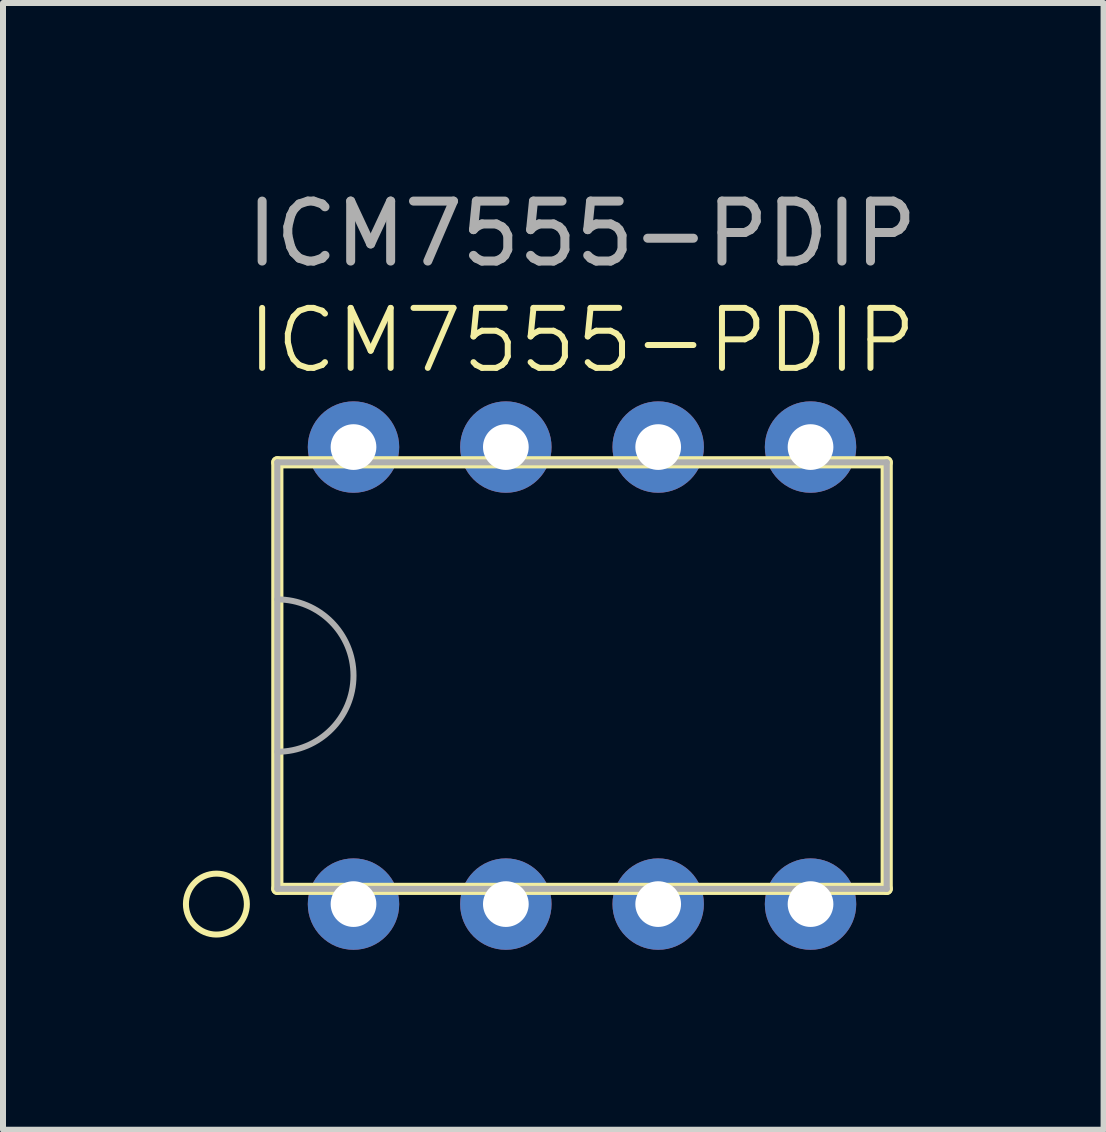
<source format=kicad_pcb>
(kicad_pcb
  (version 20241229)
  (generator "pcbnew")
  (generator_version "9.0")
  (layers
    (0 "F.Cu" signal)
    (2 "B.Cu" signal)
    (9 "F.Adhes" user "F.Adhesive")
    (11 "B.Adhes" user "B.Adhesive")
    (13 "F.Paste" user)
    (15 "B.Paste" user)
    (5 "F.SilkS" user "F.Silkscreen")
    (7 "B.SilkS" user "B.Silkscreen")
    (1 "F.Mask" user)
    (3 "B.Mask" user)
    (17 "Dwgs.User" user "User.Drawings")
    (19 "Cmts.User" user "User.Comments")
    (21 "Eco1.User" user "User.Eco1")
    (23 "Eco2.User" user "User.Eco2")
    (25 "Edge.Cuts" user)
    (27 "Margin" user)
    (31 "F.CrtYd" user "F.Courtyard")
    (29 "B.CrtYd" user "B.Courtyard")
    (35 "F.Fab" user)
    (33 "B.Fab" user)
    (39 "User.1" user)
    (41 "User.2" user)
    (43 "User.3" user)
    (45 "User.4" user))
  (footprint "ICM7555-PDIP"
    (layer "F.Cu")
    (at 6.654 8.214)
    (property "Reference" "ICM7555-PDIP" (at 0 -5.588 0) (unlocked yes) (layer "F.SilkS") (effects (font (size 1 1) (thickness 0.1))))
    (attr through_hole)
    (fp_line (start -5.08 -3.556) (end -5.08 3.556) (stroke (width 0.203) (type default)) (layer "F.SilkS"))
    (fp_line (start -5.08 -3.556) (end 5.08 -3.556) (stroke (width 0.203) (type default)) (layer "F.SilkS"))
    (fp_line (start -5.08 3.556) (end 5.08 3.556) (stroke (width 0.203) (type default)) (layer "F.SilkS"))
    (fp_line (start 5.08 -3.556) (end 5.08 3.556) (stroke (width 0.203) (type default)) (layer "F.SilkS"))
    (fp_circle (center -6.096 3.81) (end -6.096 3.302) (stroke (width 0.1) (type default)) (fill no) (layer "F.SilkS"))
    (fp_line (start -5.08 -3.556) (end 5.08 -3.556) (stroke (width 0.1) (type default)) (layer "F.Fab"))
    (fp_line (start -5.08 3.556) (end -5.08 -3.556) (stroke (width 0.102) (type default)) (layer "F.Fab"))
    (fp_line (start 5.08 3.556) (end -5.08 3.556) (stroke (width 0.1) (type default)) (layer "F.Fab"))
    (fp_line (start 5.08 3.556) (end 5.08 -3.556) (stroke (width 0.102) (type default)) (layer "F.Fab"))
    (fp_arc (start -5.08 -1.27) (mid -3.81 0) (end -5.08 1.27) (stroke (width 0.1) (type default)) (layer "F.Fab"))
    (fp_text user "${REFERENCE}" (at 0 -7.366 0) (unlocked yes) (layer "F.Fab") (effects (font (size 1 1) (thickness 0.15))))
    (pad "1" thru_hole circle (at -3.81 3.81) (size 1.524 1.524) (drill 0.762) (layers "*.Cu" "*.Mask"))
    (pad "2" thru_hole circle (at -1.27 3.81) (size 1.524 1.524) (drill 0.762) (layers "*.Cu" "*.Mask"))
    (pad "3" thru_hole circle (at 1.27 3.81) (size 1.524 1.524) (drill 0.762) (layers "*.Cu" "*.Mask"))
    (pad "4" thru_hole circle (at 3.81 3.81) (size 1.524 1.524) (drill 0.762) (layers "*.Cu" "*.Mask"))
    (pad "5" thru_hole circle (at 3.81 -3.81) (size 1.524 1.524) (drill 0.762) (layers "*.Cu" "*.Mask"))
    (pad "6" thru_hole circle (at 1.27 -3.81) (size 1.524 1.524) (drill 0.762) (layers "*.Cu" "*.Mask"))
    (pad "7" thru_hole circle (at -1.27 -3.81) (size 1.524 1.524) (drill 0.762) (layers "*.Cu" "*.Mask"))
    (pad "8" thru_hole circle (at -3.81 -3.81) (size 1.524 1.524) (drill 0.762) (layers "*.Cu" "*.Mask")))
  (gr_rect
    (start -3 -3)
    (end 15.35 15.786)
    (stroke (width 0.1) (type default))
    (fill no)
    (layer "Edge.Cuts")))
</source>
